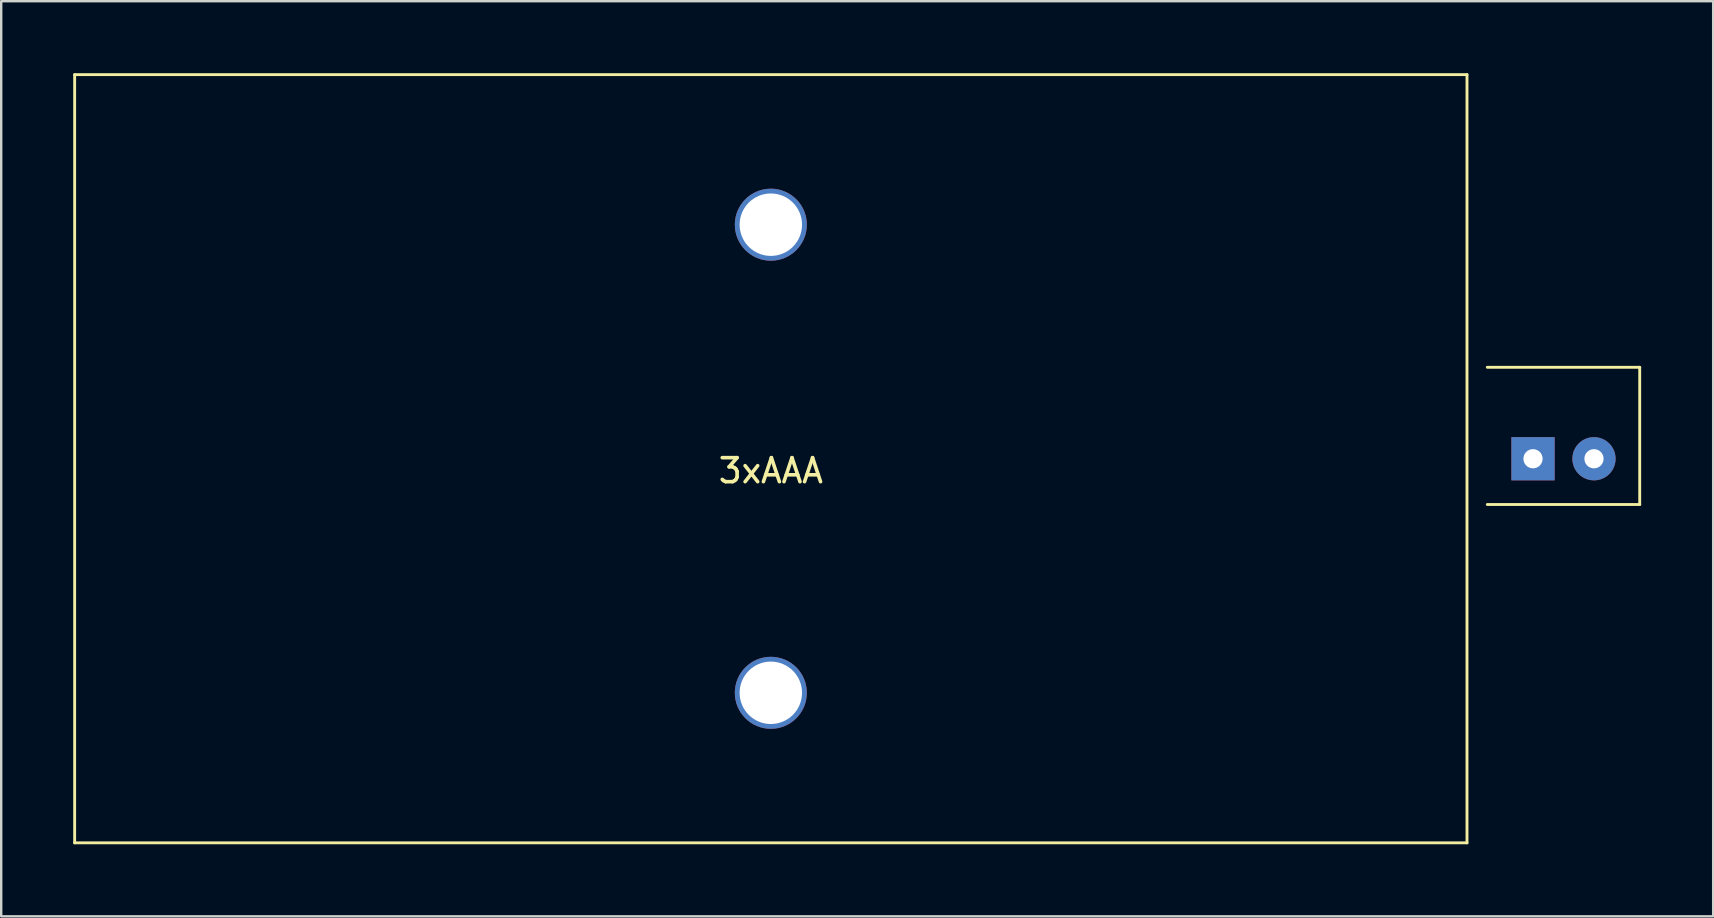
<source format=kicad_pcb>
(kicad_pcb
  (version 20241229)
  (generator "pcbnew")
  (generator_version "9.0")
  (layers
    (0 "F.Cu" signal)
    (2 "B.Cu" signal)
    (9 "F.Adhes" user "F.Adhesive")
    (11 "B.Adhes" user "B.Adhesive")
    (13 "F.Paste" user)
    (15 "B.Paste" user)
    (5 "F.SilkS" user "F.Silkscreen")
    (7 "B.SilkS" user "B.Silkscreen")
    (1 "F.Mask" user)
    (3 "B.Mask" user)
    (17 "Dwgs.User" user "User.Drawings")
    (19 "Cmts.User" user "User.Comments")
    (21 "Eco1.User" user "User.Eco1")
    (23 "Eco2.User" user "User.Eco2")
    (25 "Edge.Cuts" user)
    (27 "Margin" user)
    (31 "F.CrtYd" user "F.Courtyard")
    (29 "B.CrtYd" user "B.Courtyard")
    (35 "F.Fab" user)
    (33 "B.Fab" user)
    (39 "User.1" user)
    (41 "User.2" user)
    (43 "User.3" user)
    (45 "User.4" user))
  (footprint "3xAAA"
    (layer "F.Cu")
    (at 29.06 16.06)
    (property "Reference" "3xAAA" (at 0 0.5 0) (layer "F.SilkS") (effects (font (size 1 1) (thickness 0.15))))
    (attr through_hole)
    (fp_line (start -29 -16) (end 29 -16) (stroke (width 0.12) (type solid)) (layer "F.SilkS"))
    (fp_line (start -29 16) (end -29 -16) (stroke (width 0.12) (type solid)) (layer "F.SilkS"))
    (fp_line (start 29 -16) (end 29 16) (stroke (width 0.12) (type solid)) (layer "F.SilkS"))
    (fp_line (start 29 16) (end -29 16) (stroke (width 0.12) (type solid)) (layer "F.SilkS"))
    (fp_line (start 29.845 1.905) (end 36.195 1.905) (stroke (width 0.12) (type solid)) (layer "F.SilkS"))
    (fp_line (start 36.195 -3.81) (end 29.845 -3.81) (stroke (width 0.12) (type solid)) (layer "F.SilkS"))
    (fp_line (start 36.195 1.905) (end 36.195 -3.81) (stroke (width 0.12) (type solid)) (layer "F.SilkS"))
    (pad "" np_thru_hole circle (at 0 -9.75) (size 3 3) (drill 2.6) (layers "*.Cu" "*.Mask"))
    (pad "" np_thru_hole circle (at 0 9.75) (size 3 3) (drill 2.6) (layers "*.Cu" "*.Mask"))
    (pad "1" thru_hole rect (at 31.75 0) (size 1.8 1.8) (drill 0.8) (layers "*.Cu" "*.Mask"))
    (pad "2" thru_hole circle (at 34.29 0) (size 1.8 1.8) (drill 0.8) (layers "*.Cu" "*.Mask")))
  (gr_rect
    (start -3 -3)
    (end 68.315 35.12)
    (stroke (width 0.1) (type default))
    (fill no)
    (layer "Edge.Cuts")))
</source>
